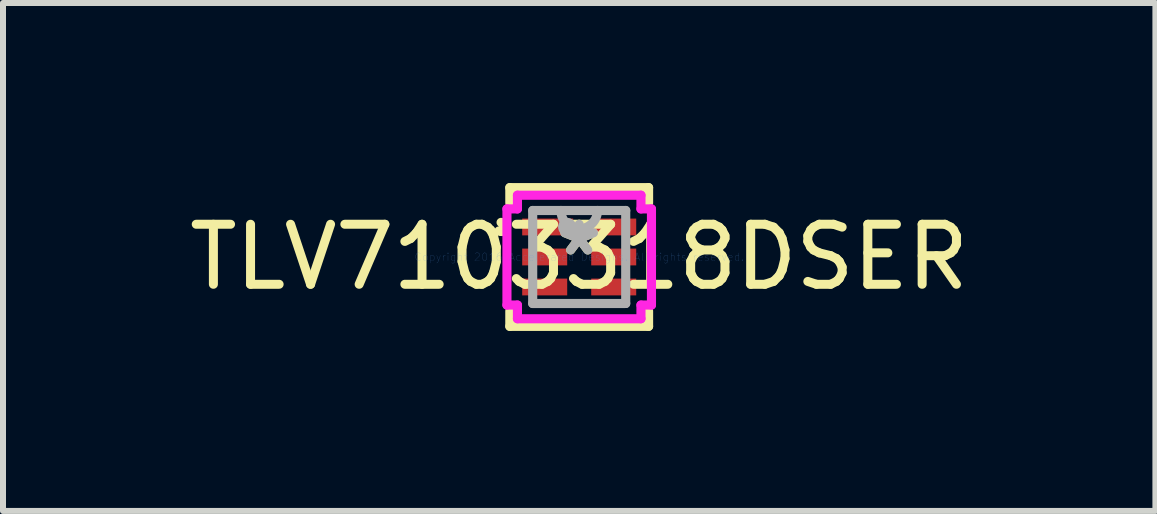
<source format=kicad_pcb>
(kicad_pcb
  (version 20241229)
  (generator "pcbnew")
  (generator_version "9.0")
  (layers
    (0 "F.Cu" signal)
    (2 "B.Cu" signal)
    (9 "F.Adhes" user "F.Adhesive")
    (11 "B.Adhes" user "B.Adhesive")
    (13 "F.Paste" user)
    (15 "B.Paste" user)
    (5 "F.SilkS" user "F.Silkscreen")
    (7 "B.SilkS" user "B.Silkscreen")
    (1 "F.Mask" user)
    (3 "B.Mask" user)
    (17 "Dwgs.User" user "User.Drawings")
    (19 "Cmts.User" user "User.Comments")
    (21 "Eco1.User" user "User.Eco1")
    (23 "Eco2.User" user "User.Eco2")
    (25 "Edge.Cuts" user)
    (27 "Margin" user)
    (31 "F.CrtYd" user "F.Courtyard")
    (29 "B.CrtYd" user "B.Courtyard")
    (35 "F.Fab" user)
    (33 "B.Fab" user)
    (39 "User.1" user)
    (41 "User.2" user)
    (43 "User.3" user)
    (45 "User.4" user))
  (footprint "TLV7103318DSER"
    (layer "F.Cu")
    (at 6.601 1.232)
    (property "Reference" "TLV7103318DSER" (at 0 0 0) (layer "F.SilkS") (effects (font (size 1 1) (thickness 0.15))))
    (attr through_hole)
    (fp_line (start -1.02 -0.71) (end -1.02 -0.29) (stroke (width 0.152) (type solid)) (layer "F.Mask"))
    (fp_line (start -1.02 -0.29) (end -0.13 -0.29) (stroke (width 0.152) (type solid)) (layer "F.Mask"))
    (fp_line (start -1.02 -0.21) (end -1.02 0.21) (stroke (width 0.152) (type solid)) (layer "F.Mask"))
    (fp_line (start -1.02 0.21) (end -0.13 0.21) (stroke (width 0.152) (type solid)) (layer "F.Mask"))
    (fp_line (start -1.02 0.29) (end -1.02 0.71) (stroke (width 0.152) (type solid)) (layer "F.Mask"))
    (fp_line (start -1.02 0.71) (end -0.13 0.71) (stroke (width 0.152) (type solid)) (layer "F.Mask"))
    (fp_line (start -0.13 -0.71) (end -1.02 -0.71) (stroke (width 0.152) (type solid)) (layer "F.Mask"))
    (fp_line (start -0.13 -0.29) (end -0.13 -0.71) (stroke (width 0.152) (type solid)) (layer "F.Mask"))
    (fp_line (start -0.13 -0.21) (end -1.02 -0.21) (stroke (width 0.152) (type solid)) (layer "F.Mask"))
    (fp_line (start -0.13 0.21) (end -0.13 -0.21) (stroke (width 0.152) (type solid)) (layer "F.Mask"))
    (fp_line (start -0.13 0.29) (end -1.02 0.29) (stroke (width 0.152) (type solid)) (layer "F.Mask"))
    (fp_line (start -0.13 0.71) (end -0.13 0.29) (stroke (width 0.152) (type solid)) (layer "F.Mask"))
    (fp_line (start 0.13 -0.71) (end 0.13 -0.29) (stroke (width 0.152) (type solid)) (layer "F.Mask"))
    (fp_line (start 0.13 -0.29) (end 1.02 -0.29) (stroke (width 0.152) (type solid)) (layer "F.Mask"))
    (fp_line (start 0.13 -0.21) (end 0.13 0.21) (stroke (width 0.152) (type solid)) (layer "F.Mask"))
    (fp_line (start 0.13 0.21) (end 1.02 0.21) (stroke (width 0.152) (type solid)) (layer "F.Mask"))
    (fp_line (start 0.13 0.29) (end 0.13 0.71) (stroke (width 0.152) (type solid)) (layer "F.Mask"))
    (fp_line (start 0.13 0.71) (end 1.02 0.71) (stroke (width 0.152) (type solid)) (layer "F.Mask"))
    (fp_line (start 1.02 -0.71) (end 0.13 -0.71) (stroke (width 0.152) (type solid)) (layer "F.Mask"))
    (fp_line (start 1.02 -0.29) (end 1.02 -0.71) (stroke (width 0.152) (type solid)) (layer "F.Mask"))
    (fp_line (start 1.02 -0.21) (end 0.13 -0.21) (stroke (width 0.152) (type solid)) (layer "F.Mask"))
    (fp_line (start 1.02 0.21) (end 1.02 -0.21) (stroke (width 0.152) (type solid)) (layer "F.Mask"))
    (fp_line (start 1.02 0.29) (end 0.13 0.29) (stroke (width 0.152) (type solid)) (layer "F.Mask"))
    (fp_line (start 1.02 0.71) (end 1.02 0.29) (stroke (width 0.152) (type solid)) (layer "F.Mask"))
    (fp_line (start -1.156 -1.156) (end -1.156 -0.901) (stroke (width 0.152) (type solid)) (layer "F.SilkS"))
    (fp_line (start -1.156 0.901) (end -1.156 1.156) (stroke (width 0.152) (type solid)) (layer "F.SilkS"))
    (fp_line (start -1.156 1.156) (end 1.156 1.156) (stroke (width 0.152) (type solid)) (layer "F.SilkS"))
    (fp_line (start 1.156 -1.156) (end -1.156 -1.156) (stroke (width 0.152) (type solid)) (layer "F.SilkS"))
    (fp_line (start 1.156 -0.901) (end 1.156 -1.156) (stroke (width 0.152) (type solid)) (layer "F.SilkS"))
    (fp_line (start 1.156 1.156) (end 1.156 0.901) (stroke (width 0.152) (type solid)) (layer "F.SilkS"))
    (fp_arc (start -1.3016 -0.5762) (mid -1.227771 -0.48114) (end -1.338146 -0.433136) (stroke (width 0.1524) (type solid)) (layer "F.SilkS"))
    (fp_line (start -0.925 -0.615) (end -0.925 -0.385) (stroke (width 0.152) (type solid)) (layer "F.Paste"))
    (fp_line (start -0.925 -0.385) (end -0.225 -0.385) (stroke (width 0.152) (type solid)) (layer "F.Paste"))
    (fp_line (start -0.925 -0.115) (end -0.925 0.115) (stroke (width 0.152) (type solid)) (layer "F.Paste"))
    (fp_line (start -0.925 0.115) (end -0.225 0.115) (stroke (width 0.152) (type solid)) (layer "F.Paste"))
    (fp_line (start -0.925 0.385) (end -0.925 0.615) (stroke (width 0.152) (type solid)) (layer "F.Paste"))
    (fp_line (start -0.925 0.615) (end -0.225 0.615) (stroke (width 0.152) (type solid)) (layer "F.Paste"))
    (fp_line (start -0.225 -0.615) (end -0.925 -0.615) (stroke (width 0.152) (type solid)) (layer "F.Paste"))
    (fp_line (start -0.225 -0.385) (end -0.225 -0.615) (stroke (width 0.152) (type solid)) (layer "F.Paste"))
    (fp_line (start -0.225 -0.115) (end -0.925 -0.115) (stroke (width 0.152) (type solid)) (layer "F.Paste"))
    (fp_line (start -0.225 0.115) (end -0.225 -0.115) (stroke (width 0.152) (type solid)) (layer "F.Paste"))
    (fp_line (start -0.225 0.385) (end -0.925 0.385) (stroke (width 0.152) (type solid)) (layer "F.Paste"))
    (fp_line (start -0.225 0.615) (end -0.225 0.385) (stroke (width 0.152) (type solid)) (layer "F.Paste"))
    (fp_line (start 0.225 -0.615) (end 0.225 -0.385) (stroke (width 0.152) (type solid)) (layer "F.Paste"))
    (fp_line (start 0.225 -0.385) (end 0.925 -0.385) (stroke (width 0.152) (type solid)) (layer "F.Paste"))
    (fp_line (start 0.225 -0.115) (end 0.225 0.115) (stroke (width 0.152) (type solid)) (layer "F.Paste"))
    (fp_line (start 0.225 0.115) (end 0.925 0.115) (stroke (width 0.152) (type solid)) (layer "F.Paste"))
    (fp_line (start 0.225 0.385) (end 0.225 0.615) (stroke (width 0.152) (type solid)) (layer "F.Paste"))
    (fp_line (start 0.225 0.615) (end 0.925 0.615) (stroke (width 0.152) (type solid)) (layer "F.Paste"))
    (fp_line (start 0.925 -0.615) (end 0.225 -0.615) (stroke (width 0.152) (type solid)) (layer "F.Paste"))
    (fp_line (start 0.925 -0.385) (end 0.925 -0.615) (stroke (width 0.152) (type solid)) (layer "F.Paste"))
    (fp_line (start 0.925 -0.115) (end 0.225 -0.115) (stroke (width 0.152) (type solid)) (layer "F.Paste"))
    (fp_line (start 0.925 0.115) (end 0.925 -0.115) (stroke (width 0.152) (type solid)) (layer "F.Paste"))
    (fp_line (start 0.925 0.385) (end 0.225 0.385) (stroke (width 0.152) (type solid)) (layer "F.Paste"))
    (fp_line (start 0.925 0.615) (end 0.925 0.385) (stroke (width 0.152) (type solid)) (layer "F.Paste"))
    (fp_line (start -1.204 -0.801) (end -1.029 -0.801) (stroke (width 0.152) (type solid)) (layer "F.CrtYd"))
    (fp_line (start -1.204 0.801) (end -1.204 -0.801) (stroke (width 0.152) (type solid)) (layer "F.CrtYd"))
    (fp_line (start -1.029 -1.029) (end 1.029 -1.029) (stroke (width 0.152) (type solid)) (layer "F.CrtYd"))
    (fp_line (start -1.029 -0.801) (end -1.029 -1.029) (stroke (width 0.152) (type solid)) (layer "F.CrtYd"))
    (fp_line (start -1.029 0.801) (end -1.204 0.801) (stroke (width 0.152) (type solid)) (layer "F.CrtYd"))
    (fp_line (start -1.029 1.029) (end -1.029 0.801) (stroke (width 0.152) (type solid)) (layer "F.CrtYd"))
    (fp_line (start 1.029 -1.029) (end 1.029 -0.801) (stroke (width 0.152) (type solid)) (layer "F.CrtYd"))
    (fp_line (start 1.029 -0.801) (end 1.204 -0.801) (stroke (width 0.152) (type solid)) (layer "F.CrtYd"))
    (fp_line (start 1.029 0.801) (end 1.029 1.029) (stroke (width 0.152) (type solid)) (layer "F.CrtYd"))
    (fp_line (start 1.029 1.029) (end -1.029 1.029) (stroke (width 0.152) (type solid)) (layer "F.CrtYd"))
    (fp_line (start 1.204 -0.801) (end 1.204 0.801) (stroke (width 0.152) (type solid)) (layer "F.CrtYd"))
    (fp_line (start 1.204 0.801) (end 1.029 0.801) (stroke (width 0.152) (type solid)) (layer "F.CrtYd"))
    (fp_line (start -0.775 -0.775) (end -0.775 0.775) (stroke (width 0.152) (type solid)) (layer "F.Fab"))
    (fp_line (start -0.775 0.775) (end 0.775 0.775) (stroke (width 0.152) (type solid)) (layer "F.Fab"))
    (fp_line (start 0.775 -0.775) (end -0.775 -0.775) (stroke (width 0.152) (type solid)) (layer "F.Fab"))
    (fp_line (start 0.775 0.775) (end 0.775 -0.775) (stroke (width 0.152) (type solid)) (layer "F.Fab"))
    (fp_arc (start 0.3048 -0.775) (mid 0 -0.4702) (end -0.3048 -0.775) (stroke (width 0.1524) (type solid)) (layer "F.Fab"))
    (fp_circle (center -0.2 -0.5) (end -0.124 -0.5) (stroke (width 0.152) (type solid)) (fill no) (layer "F.Fab"))
    (fp_text user "*" (at 0 0 0) (layer "F.SilkS") (effects (font (size 1 1) (thickness 0.15))))
    (fp_text user "Copyright 2016 Accelerated Designs. All rights reserved." (at 0 0 0) (layer "Cmts.User") (effects (font (size 0.127 0.127) (thickness 0.002))))
    (fp_text user "*" (at 0 0 0) (layer "F.Fab") (effects (font (size 1 1) (thickness 0.15))))
    (pad "1" smd rect (at -0.525 -0.5) (size 0.85 0.28) (layers "F.Cu" "F.Mask" "F.Paste"))
    (pad "2" smd rect (at -0.575 0) (size 0.75 0.28) (layers "F.Cu" "F.Mask" "F.Paste"))
    (pad "3" smd rect (at -0.575 0.5) (size 0.75 0.28) (layers "F.Cu" "F.Mask" "F.Paste"))
    (pad "4" smd rect (at 0.575 0.5) (size 0.75 0.28) (layers "F.Cu" "F.Mask" "F.Paste"))
    (pad "5" smd rect (at 0.575 0) (size 0.75 0.28) (layers "F.Cu" "F.Mask" "F.Paste"))
    (pad "6" smd rect (at 0.575 -0.5) (size 0.75 0.28) (layers "F.Cu" "F.Mask" "F.Paste")))
  (gr_rect
    (start -3 -3)
    (end 16.202 5.464)
    (stroke (width 0.1) (type default))
    (fill no)
    (layer "Edge.Cuts")))
</source>
